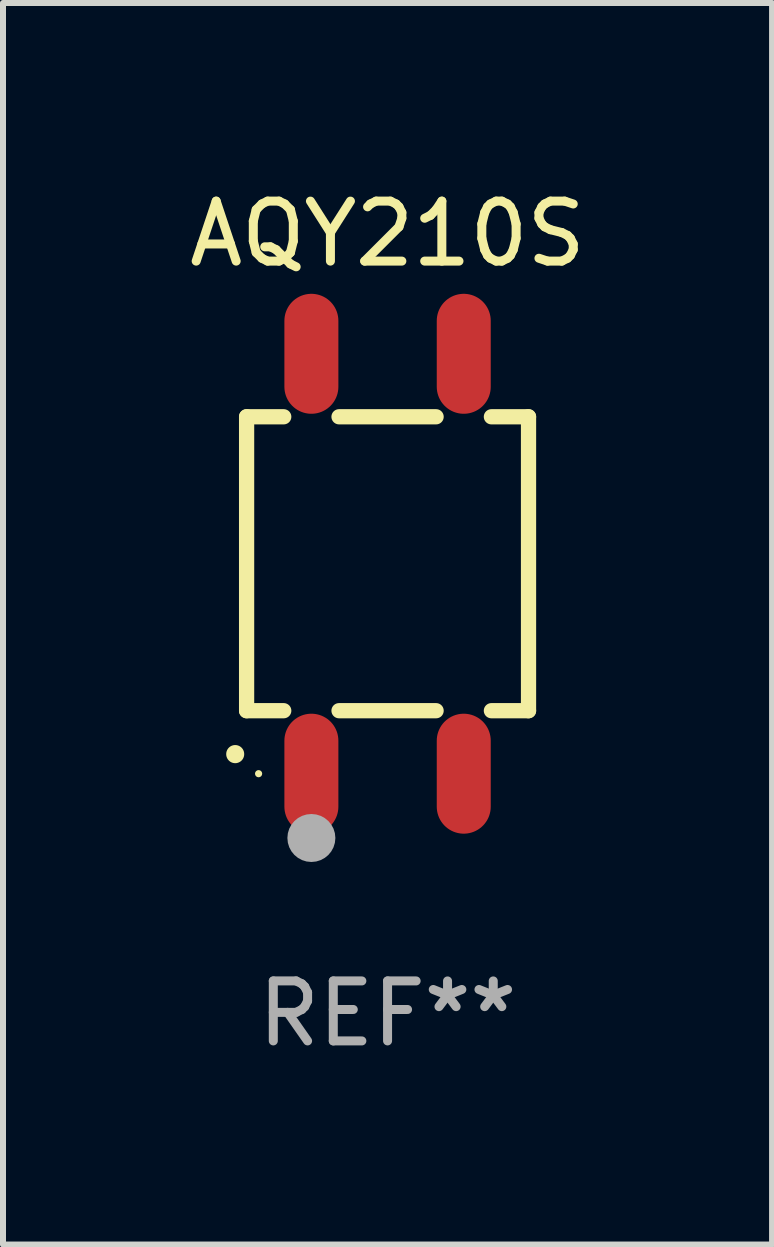
<source format=kicad_pcb>
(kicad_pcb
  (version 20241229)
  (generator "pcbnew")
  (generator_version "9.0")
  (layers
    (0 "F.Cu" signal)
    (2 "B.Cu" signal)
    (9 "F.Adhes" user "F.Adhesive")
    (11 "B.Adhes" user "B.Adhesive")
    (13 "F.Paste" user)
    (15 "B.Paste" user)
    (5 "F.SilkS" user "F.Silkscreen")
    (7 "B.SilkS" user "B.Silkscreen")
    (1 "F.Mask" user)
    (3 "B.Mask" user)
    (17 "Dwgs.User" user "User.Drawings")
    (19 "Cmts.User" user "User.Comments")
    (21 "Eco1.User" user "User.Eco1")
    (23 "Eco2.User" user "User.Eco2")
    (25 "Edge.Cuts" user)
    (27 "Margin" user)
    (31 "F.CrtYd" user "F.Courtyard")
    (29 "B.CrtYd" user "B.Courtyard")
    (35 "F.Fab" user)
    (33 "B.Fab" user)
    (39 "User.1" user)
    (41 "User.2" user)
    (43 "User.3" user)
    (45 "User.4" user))
  (footprint "AQY210S"
    (layer "F.Cu")
    (at 3.411 6.348)
    (property "Reference" "AQY210S" (at 0 -5.5 0) (layer "F.SilkS") (effects (font (size 1 1) (thickness 0.15))))
    (attr through_hole)
    (fp_line (start -2.35 -2.45) (end -2.35 2.45) (stroke (width 0.254) (type solid)) (layer "F.SilkS"))
    (fp_line (start -2.35 -2.45) (end -1.731 -2.45) (stroke (width 0.254) (type solid)) (layer "F.SilkS"))
    (fp_line (start -2.35 2.45) (end -1.731 2.45) (stroke (width 0.254) (type solid)) (layer "F.SilkS"))
    (fp_line (start -0.809 -2.45) (end 0.809 -2.45) (stroke (width 0.254) (type solid)) (layer "F.SilkS"))
    (fp_line (start -0.809 2.45) (end 0.809 2.45) (stroke (width 0.254) (type solid)) (layer "F.SilkS"))
    (fp_line (start 1.731 -2.45) (end 2.35 -2.45) (stroke (width 0.254) (type solid)) (layer "F.SilkS"))
    (fp_line (start 1.731 2.45) (end 2.35 2.45) (stroke (width 0.254) (type solid)) (layer "F.SilkS"))
    (fp_line (start 2.35 -2.45) (end 2.35 2.45) (stroke (width 0.254) (type solid)) (layer "F.SilkS"))
    (fp_arc (start -2.540005 3.174879) (mid -2.54001 3.173609) (end -2.540005 3.172339) (stroke (width 0.3) (type solid)) (layer "F.SilkS"))
    (fp_circle (center -2.15 3.5) (end -2.12 3.5) (stroke (width 0.06) (type solid)) (fill no) (layer "F.SilkS"))
    (fp_circle (center -1.27 4.572) (end -1.07 4.572) (stroke (width 0.4) (type solid)) (fill no) (layer "F.Fab"))
    (fp_text user "REF**" (at 0 7.5 0) (layer "F.Fab") (effects (font (size 1 1) (thickness 0.15))))
    (pad "1" smd oval (at -1.27 3.5 180) (size 0.9 2) (layers "F.Cu" "F.Mask" "F.Paste"))
    (pad "2" smd oval (at 1.27 3.5 180) (size 0.9 2) (layers "F.Cu" "F.Mask" "F.Paste"))
    (pad "3" smd oval (at 1.27 -3.5 180) (size 0.9 2) (layers "F.Cu" "F.Mask" "F.Paste"))
    (pad "4" smd oval (at -1.27 -3.5 180) (size 0.9 2) (layers "F.Cu" "F.Mask" "F.Paste")))
  (gr_rect
    (start -3 -3)
    (end 9.821 17.697)
    (stroke (width 0.1) (type default))
    (fill no)
    (layer "Edge.Cuts")))
</source>
